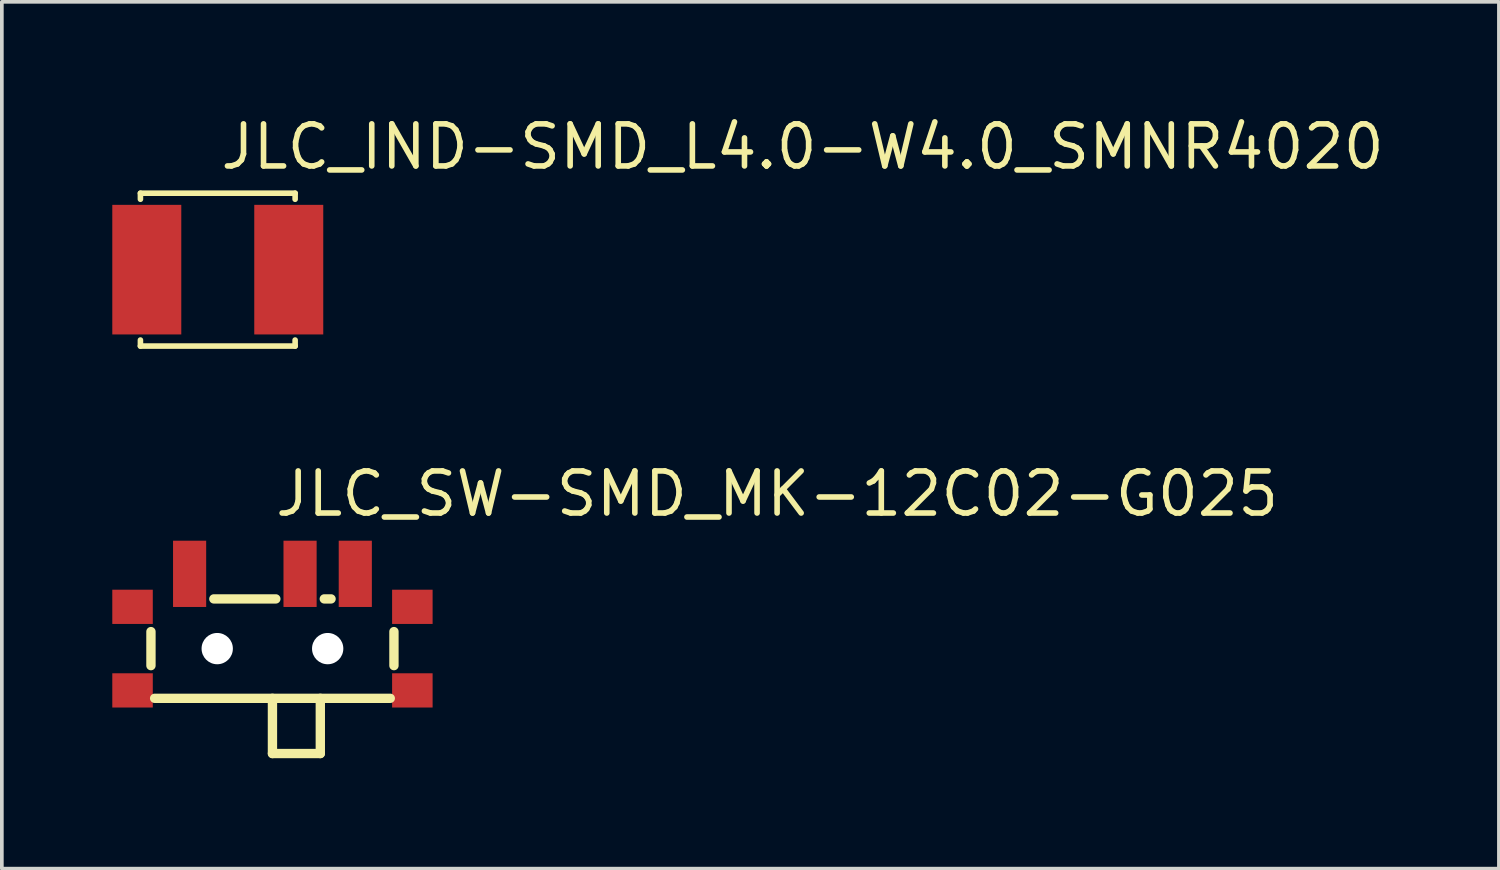
<source format=kicad_pcb>
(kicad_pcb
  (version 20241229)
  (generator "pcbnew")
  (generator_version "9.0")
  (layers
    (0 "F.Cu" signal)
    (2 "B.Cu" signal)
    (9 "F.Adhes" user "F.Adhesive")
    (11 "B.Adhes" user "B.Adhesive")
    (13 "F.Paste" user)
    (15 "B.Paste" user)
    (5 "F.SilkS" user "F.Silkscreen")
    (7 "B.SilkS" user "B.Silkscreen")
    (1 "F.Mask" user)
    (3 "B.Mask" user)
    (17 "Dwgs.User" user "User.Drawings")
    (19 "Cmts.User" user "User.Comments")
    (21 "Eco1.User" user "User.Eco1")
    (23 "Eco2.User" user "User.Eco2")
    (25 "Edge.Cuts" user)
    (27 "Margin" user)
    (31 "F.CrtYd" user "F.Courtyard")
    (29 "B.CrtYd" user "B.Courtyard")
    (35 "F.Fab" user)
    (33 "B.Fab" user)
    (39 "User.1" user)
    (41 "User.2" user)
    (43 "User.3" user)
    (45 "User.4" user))
  (footprint "JLC_SW-SMD_MK-12C02-G025"
    (layer "F.Cu")
    (at 4.35 14.119)
    (property "Reference" "JLC_SW-SMD_MK-12C02-G025" (at -0.000127 -3.756 0) (layer "F.SilkS") (effects (font (size 1.143 1.143) (thickness 0.152)) (justify left)))
    (attr through_hole)
    (fp_line (start -3.3 0.91) (end -3.3 -0.014) (stroke (width 0.254) (type solid)) (layer "F.SilkS"))
    (fp_line (start -0.000127 3.298) (end -0.000127 1.798) (stroke (width 0.254) (type solid)) (layer "F.SilkS"))
    (fp_line (start 0.092 -0.902) (end -1.592 -0.902) (stroke (width 0.254) (type solid)) (layer "F.SilkS"))
    (fp_line (start 1.3 1.798) (end 1.3 3.298) (stroke (width 0.254) (type solid)) (layer "F.SilkS"))
    (fp_line (start 1.3 3.298) (end -0.000127 3.298) (stroke (width 0.254) (type solid)) (layer "F.SilkS"))
    (fp_line (start 1.592 -0.902) (end 1.408 -0.902) (stroke (width 0.254) (type solid)) (layer "F.SilkS"))
    (fp_line (start 3.2 1.798) (end -3.2 1.798) (stroke (width 0.254) (type solid)) (layer "F.SilkS"))
    (fp_line (start 3.3 0.91) (end 3.3 -0.014) (stroke (width 0.254) (type solid)) (layer "F.SilkS"))
    (pad "" np_thru_hole circle (at -1.5 0.448) (size 0.85 0.85) (drill 0.85) (layers "*.Cu" "*.Mask"))
    (pad "" np_thru_hole circle (at 1.5 0.448) (size 0.85 0.85) (drill 0.85) (layers "*.Cu" "*.Mask"))
    (pad "1" smd rect (at -2.25 -1.583) (size 0.9 1.8) (layers "F.Cu" "F.Mask" "F.Paste"))
    (pad "2" smd rect (at 0.75 -1.583) (size 0.9 1.8) (layers "F.Cu" "F.Mask" "F.Paste"))
    (pad "3" smd rect (at 2.25 -1.583) (size 0.9 1.8) (layers "F.Cu" "F.Mask" "F.Paste"))
    (pad "4" smd rect (at 3.8 -0.687) (size 1.1 0.93) (layers "F.Cu" "F.Mask" "F.Paste"))
    (pad "5" smd rect (at 3.8 1.583) (size 1.1 0.93) (layers "F.Cu" "F.Mask" "F.Paste"))
    (pad "6" smd rect (at -3.8 1.583) (size 1.1 0.93) (layers "F.Cu" "F.Mask" "F.Paste"))
    (pad "7" smd rect (at -3.8 -0.687) (size 1.1 0.93) (layers "F.Cu" "F.Mask" "F.Paste")))
  (footprint "JLC_IND-SMD_L4.0-W4.0_SMNR4020"
    (layer "F.Cu")
    (at 2.865 4.274)
    (property "Reference" "JLC_IND-SMD_L4.0-W4.0_SMNR4020" (at 0 -3.338 0) (layer "F.SilkS") (effects (font (size 1.143 1.143) (thickness 0.152)) (justify left)))
    (attr through_hole)
    (fp_line (start -2.101 -2.076) (end 2.101 -2.076) (stroke (width 0.152) (type solid)) (layer "F.SilkS"))
    (fp_line (start -2.101 -1.912) (end -2.101 -2.076) (stroke (width 0.152) (type solid)) (layer "F.SilkS"))
    (fp_line (start -2.101 1.912) (end -2.101 2.076) (stroke (width 0.152) (type solid)) (layer "F.SilkS"))
    (fp_line (start -2.101 2.076) (end 2.101 2.076) (stroke (width 0.152) (type solid)) (layer "F.SilkS"))
    (fp_line (start 2.101 -2.076) (end 2.101 -1.912) (stroke (width 0.152) (type solid)) (layer "F.SilkS"))
    (fp_line (start 2.101 2.076) (end 2.101 1.912) (stroke (width 0.152) (type solid)) (layer "F.SilkS"))
    (pad "1" smd rect (at 1.928 0) (size 1.874 3.52) (layers "F.Cu" "F.Mask" "F.Paste"))
    (pad "2" smd rect (at -1.928 0) (size 1.874 3.52) (layers "F.Cu" "F.Mask" "F.Paste")))
  (gr_rect
    (start -3 -3)
    (end 37.662 20.544)
    (stroke (width 0.1) (type default))
    (fill no)
    (layer "Edge.Cuts")))
</source>
